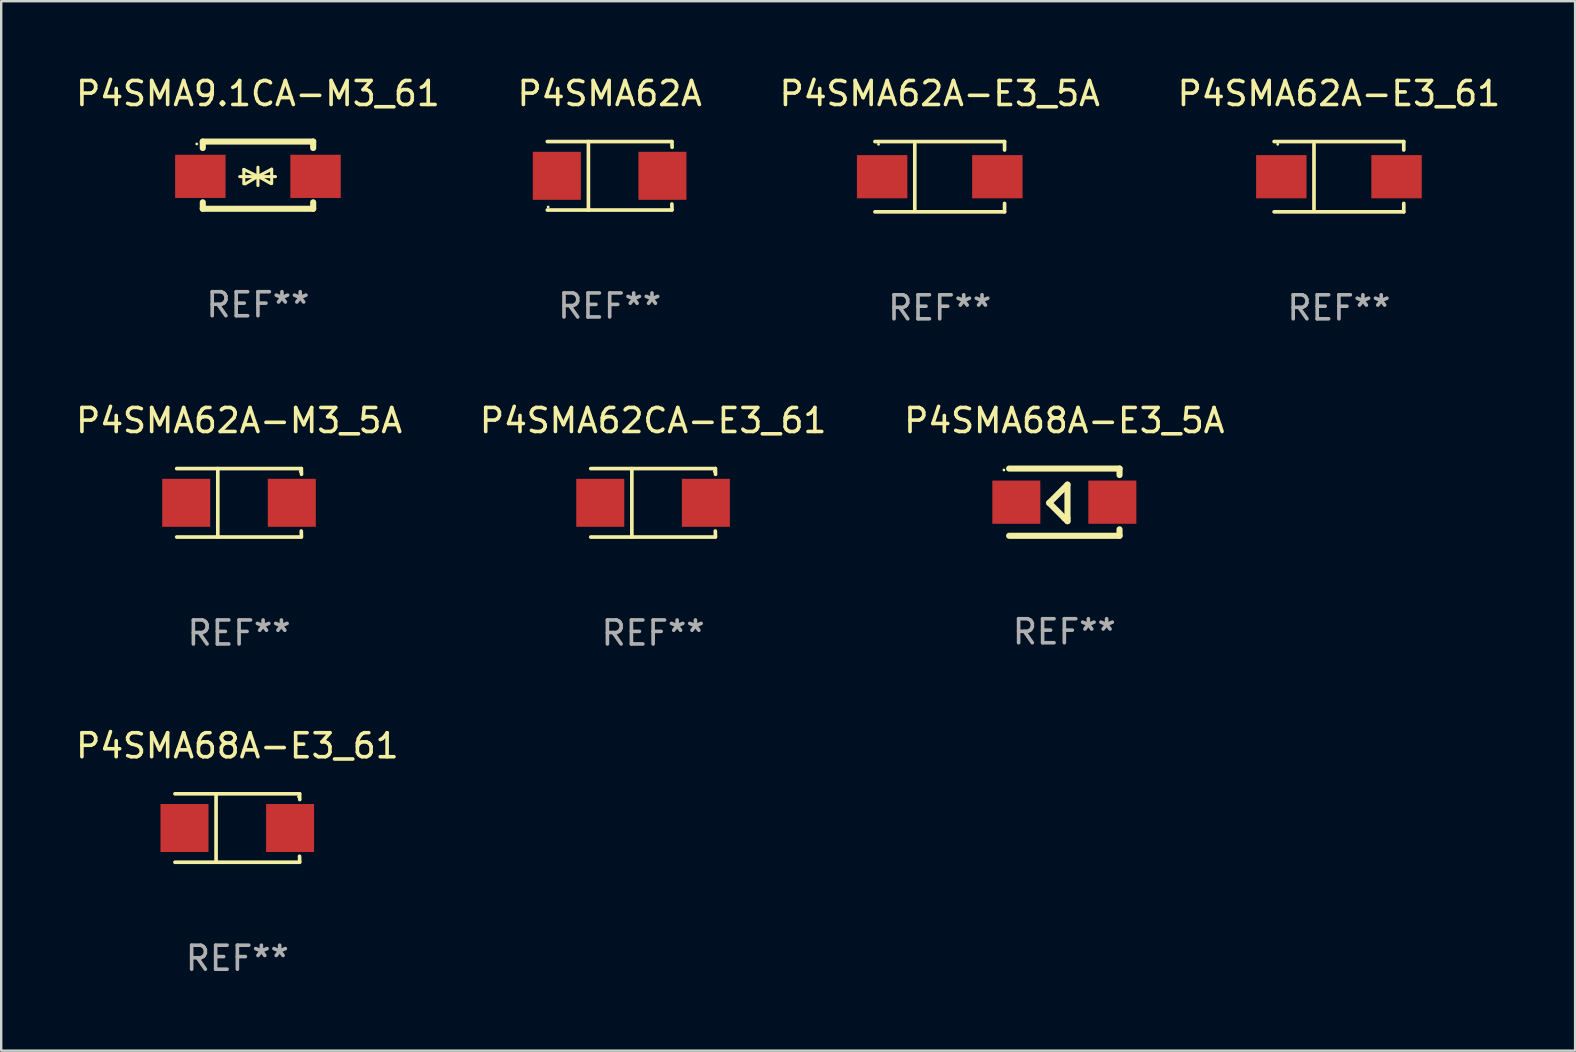
<source format=kicad_pcb>
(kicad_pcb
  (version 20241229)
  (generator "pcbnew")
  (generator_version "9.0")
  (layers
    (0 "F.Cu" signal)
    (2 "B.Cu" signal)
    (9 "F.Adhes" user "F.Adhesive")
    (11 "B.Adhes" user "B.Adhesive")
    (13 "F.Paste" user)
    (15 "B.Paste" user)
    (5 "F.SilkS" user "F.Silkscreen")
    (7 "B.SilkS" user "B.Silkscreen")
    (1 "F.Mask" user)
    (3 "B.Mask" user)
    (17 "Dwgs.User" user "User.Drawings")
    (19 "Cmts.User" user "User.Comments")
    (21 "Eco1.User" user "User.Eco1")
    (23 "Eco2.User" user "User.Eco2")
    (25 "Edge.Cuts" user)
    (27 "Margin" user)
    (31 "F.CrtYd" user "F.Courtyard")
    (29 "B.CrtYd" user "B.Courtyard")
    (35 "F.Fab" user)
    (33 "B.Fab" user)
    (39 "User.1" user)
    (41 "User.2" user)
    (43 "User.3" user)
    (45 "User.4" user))
  (footprint "P4SMA68A-E3_5A"
    (layer "F.Cu")
    (at 41.292 17.872)
    (property "Reference" "P4SMA68A-E3_5A" (at 0 -3.4 0) (layer "F.SilkS") (effects (font (size 1 1) (thickness 0.15))))
    (attr through_hole)
    (fp_line (start -2.3 -1.4) (end 2.3 -1.4) (stroke (width 0.254) (type solid)) (layer "F.SilkS"))
    (fp_line (start -2.3 1.4) (end 2.3 1.4) (stroke (width 0.254) (type solid)) (layer "F.SilkS"))
    (fp_line (start -0.631 0.03) (end 0.131 -0.732) (stroke (width 0.254) (type solid)) (layer "F.SilkS"))
    (fp_line (start 0.004 0.665) (end -0.631 0.03) (stroke (width 0.254) (type solid)) (layer "F.SilkS"))
    (fp_line (start 0.131 -0.732) (end 0.131 0.665) (stroke (width 0.254) (type solid)) (layer "F.SilkS"))
    (fp_line (start 0.131 0.665) (end 0.131 0.792) (stroke (width 0.254) (type solid)) (layer "F.SilkS"))
    (fp_line (start 0.131 0.792) (end 0.004 0.665) (stroke (width 0.254) (type solid)) (layer "F.SilkS"))
    (fp_line (start 2.3 -1.4) (end 2.3 -1.131) (stroke (width 0.254) (type solid)) (layer "F.SilkS"))
    (fp_line (start 2.3 1.131) (end 2.3 1.4) (stroke (width 0.254) (type solid)) (layer "F.SilkS"))
    (fp_circle (center -2.517 -1.342) (end -2.487 -1.342) (stroke (width 0.06) (type solid)) (fill no) (layer "F.SilkS"))
    (fp_text user "REF**" (at 0 5.4 0) (layer "F.Fab") (effects (font (size 1 1) (thickness 0.15))))
    (pad "1" smd rect (at -2 -0.000127) (size 2 1.8) (layers "F.Cu" "F.Mask" "F.Paste"))
    (pad "2" smd rect (at 2 -0.000127) (size 2 1.8) (layers "F.Cu" "F.Mask" "F.Paste")))
  (footprint "P4SMA68A-E3_61"
    (layer "F.Cu")
    (at 6.839 31.447)
    (property "Reference" "P4SMA68A-E3_61" (at 0 -3.426 0) (layer "F.SilkS") (effects (font (size 1 1) (thickness 0.15))))
    (attr through_hole)
    (fp_line (start -2.6 -1.426) (end 2.593 -1.426) (stroke (width 0.152) (type solid)) (layer "F.SilkS"))
    (fp_line (start -2.6 1.426) (end 2.593 1.426) (stroke (width 0.152) (type solid)) (layer "F.SilkS"))
    (fp_line (start -0.887 -1.426) (end -0.887 1.426) (stroke (width 0.152) (type solid)) (layer "F.SilkS"))
    (fp_line (start 2.59 1.176) (end 2.597 1.415) (stroke (width 0.152) (type solid)) (layer "F.SilkS"))
    (fp_line (start 2.593 -1.426) (end 2.6 -1.187) (stroke (width 0.152) (type solid)) (layer "F.SilkS"))
    (fp_circle (center 2.547 -1.3) (end 2.577 -1.3) (stroke (width 0.06) (type solid)) (fill no) (layer "F.SilkS"))
    (fp_text user "REF**" (at 0 5.426 0) (layer "F.Fab") (effects (font (size 1 1) (thickness 0.15))))
    (pad "1" smd rect (at 2.197 -0.000025 180) (size 2 2) (layers "F.Cu" "F.Mask" "F.Paste"))
    (pad "2" smd rect (at -2.203 -0.000025 180) (size 2 2) (layers "F.Cu" "F.Mask" "F.Paste")))
  (footprint "P4SMA62A-E3_61"
    (layer "F.Cu")
    (at 52.732 4.312)
    (property "Reference" "P4SMA62A-E3_61" (at 0 -3.464 0) (layer "F.SilkS") (effects (font (size 1 1) (thickness 0.15))))
    (attr through_hole)
    (fp_line (start -2.701 -1.464) (end 2.701 -1.464) (stroke (width 0.152) (type solid)) (layer "F.SilkS"))
    (fp_line (start -2.701 1.464) (end 2.701 1.464) (stroke (width 0.152) (type solid)) (layer "F.SilkS"))
    (fp_line (start -1.039 -1.364) (end -1.039 1.364) (stroke (width 0.152) (type solid)) (layer "F.SilkS"))
    (fp_line (start 2.701 -1.464) (end 2.701 -1.113) (stroke (width 0.152) (type solid)) (layer "F.SilkS"))
    (fp_line (start 2.701 1.464) (end 2.701 1.113) (stroke (width 0.152) (type solid)) (layer "F.SilkS"))
    (fp_circle (center -2.55 -1.35) (end -2.52 -1.35) (stroke (width 0.06) (type solid)) (fill no) (layer "F.SilkS"))
    (fp_text user "REF**" (at 0 5.464 0) (layer "F.Fab") (effects (font (size 1 1) (thickness 0.15))))
    (pad "1" smd rect (at -2.4 0) (size 2.1 1.8) (layers "F.Cu" "F.Mask" "F.Paste"))
    (pad "2" smd rect (at 2.4 0) (size 2.1 1.8) (layers "F.Cu" "F.Mask" "F.Paste")))
  (footprint "P4SMA62A-E3_5A"
    (layer "F.Cu")
    (at 36.101 4.312)
    (property "Reference" "P4SMA62A-E3_5A" (at 0 -3.464 0) (layer "F.SilkS") (effects (font (size 1 1) (thickness 0.15))))
    (attr through_hole)
    (fp_line (start -2.701 -1.464) (end 2.701 -1.464) (stroke (width 0.152) (type solid)) (layer "F.SilkS"))
    (fp_line (start -2.701 1.464) (end 2.701 1.464) (stroke (width 0.152) (type solid)) (layer "F.SilkS"))
    (fp_line (start -1.039 -1.364) (end -1.039 1.364) (stroke (width 0.152) (type solid)) (layer "F.SilkS"))
    (fp_line (start 2.701 -1.464) (end 2.701 -1.113) (stroke (width 0.152) (type solid)) (layer "F.SilkS"))
    (fp_line (start 2.701 1.464) (end 2.701 1.113) (stroke (width 0.152) (type solid)) (layer "F.SilkS"))
    (fp_circle (center -2.55 -1.35) (end -2.52 -1.35) (stroke (width 0.06) (type solid)) (fill no) (layer "F.SilkS"))
    (fp_text user "REF**" (at 0 5.464 0) (layer "F.Fab") (effects (font (size 1 1) (thickness 0.15))))
    (pad "1" smd rect (at -2.4 0) (size 2.1 1.8) (layers "F.Cu" "F.Mask" "F.Paste"))
    (pad "2" smd rect (at 2.4 0) (size 2.1 1.8) (layers "F.Cu" "F.Mask" "F.Paste")))
  (footprint "P4SMA62A"
    (layer "F.Cu")
    (at 22.351 4.274)
    (property "Reference" "P4SMA62A" (at 0 -3.426 0) (layer "F.SilkS") (effects (font (size 1 1) (thickness 0.15))))
    (attr through_hole)
    (fp_line (start -2.6 -1.426) (end 2.593 -1.426) (stroke (width 0.152) (type solid)) (layer "F.SilkS"))
    (fp_line (start -2.6 1.426) (end 2.593 1.426) (stroke (width 0.152) (type solid)) (layer "F.SilkS"))
    (fp_line (start -0.887 -1.426) (end -0.887 1.426) (stroke (width 0.152) (type solid)) (layer "F.SilkS"))
    (fp_line (start 2.59 1.176) (end 2.597 1.415) (stroke (width 0.152) (type solid)) (layer "F.SilkS"))
    (fp_line (start 2.593 -1.426) (end 2.6 -1.187) (stroke (width 0.152) (type solid)) (layer "F.SilkS"))
    (fp_circle (center -2.563 1.3) (end -2.533 1.3) (stroke (width 0.06) (type solid)) (fill no) (layer "F.SilkS"))
    (fp_text user "REF**" (at 0 5.426 0) (layer "F.Fab") (effects (font (size 1 1) (thickness 0.15))))
    (pad "1" smd rect (at -2.203 -0.000025 180) (size 2 2) (layers "F.Cu" "F.Mask" "F.Paste"))
    (pad "2" smd rect (at 2.197 -0.000025 180) (size 2 2) (layers "F.Cu" "F.Mask" "F.Paste")))
  (footprint "P4SMA62A-M3_5A"
    (layer "F.Cu")
    (at 6.911 17.898)
    (property "Reference" "P4SMA62A-M3_5A" (at 0 -3.426 0) (layer "F.SilkS") (effects (font (size 1 1) (thickness 0.15))))
    (attr through_hole)
    (fp_line (start -2.6 -1.426) (end 2.593 -1.426) (stroke (width 0.152) (type solid)) (layer "F.SilkS"))
    (fp_line (start -2.6 1.426) (end 2.593 1.426) (stroke (width 0.152) (type solid)) (layer "F.SilkS"))
    (fp_line (start -0.887 -1.426) (end -0.887 1.426) (stroke (width 0.152) (type solid)) (layer "F.SilkS"))
    (fp_line (start 2.59 1.176) (end 2.597 1.415) (stroke (width 0.152) (type solid)) (layer "F.SilkS"))
    (fp_line (start 2.593 -1.426) (end 2.6 -1.187) (stroke (width 0.152) (type solid)) (layer "F.SilkS"))
    (fp_circle (center 2.547 -1.3) (end 2.577 -1.3) (stroke (width 0.06) (type solid)) (fill no) (layer "F.SilkS"))
    (fp_text user "REF**" (at 0 5.426 0) (layer "F.Fab") (effects (font (size 1 1) (thickness 0.15))))
    (pad "1" smd rect (at 2.197 -0.000025 180) (size 2 2) (layers "F.Cu" "F.Mask" "F.Paste"))
    (pad "2" smd rect (at -2.203 -0.000025 180) (size 2 2) (layers "F.Cu" "F.Mask" "F.Paste")))
  (footprint "P4SMA62CA-E3_61"
    (layer "F.Cu")
    (at 24.161 17.898)
    (property "Reference" "P4SMA62CA-E3_61" (at 0 -3.426 0) (layer "F.SilkS") (effects (font (size 1 1) (thickness 0.15))))
    (attr through_hole)
    (fp_line (start -2.6 -1.426) (end 2.593 -1.426) (stroke (width 0.152) (type solid)) (layer "F.SilkS"))
    (fp_line (start -2.6 1.426) (end 2.593 1.426) (stroke (width 0.152) (type solid)) (layer "F.SilkS"))
    (fp_line (start -0.887 -1.426) (end -0.887 1.426) (stroke (width 0.152) (type solid)) (layer "F.SilkS"))
    (fp_line (start 2.59 1.176) (end 2.597 1.415) (stroke (width 0.152) (type solid)) (layer "F.SilkS"))
    (fp_line (start 2.593 -1.426) (end 2.6 -1.187) (stroke (width 0.152) (type solid)) (layer "F.SilkS"))
    (fp_circle (center 2.547 -1.3) (end 2.577 -1.3) (stroke (width 0.06) (type solid)) (fill no) (layer "F.SilkS"))
    (fp_text user "REF**" (at 0 5.426 0) (layer "F.Fab") (effects (font (size 1 1) (thickness 0.15))))
    (pad "1" smd rect (at 2.197 -0.000025 180) (size 2 2) (layers "F.Cu" "F.Mask" "F.Paste"))
    (pad "2" smd rect (at -2.203 -0.000025 180) (size 2 2) (layers "F.Cu" "F.Mask" "F.Paste")))
  (footprint "P4SMA9.1CA-M3_61"
    (layer "F.Cu")
    (at 7.696 4.248)
    (property "Reference" "P4SMA9.1CA-M3_61" (at 0 -3.4 0) (layer "F.SilkS") (effects (font (size 1 1) (thickness 0.15))))
    (attr through_hole)
    (fp_line (start -2.298 -1.4) (end -2.298 -1.131) (stroke (width 0.254) (type solid)) (layer "F.SilkS"))
    (fp_line (start -2.298 -1.4) (end 2.302 -1.4) (stroke (width 0.254) (type solid)) (layer "F.SilkS"))
    (fp_line (start -2.298 1.131) (end -2.298 1.4) (stroke (width 0.254) (type solid)) (layer "F.SilkS"))
    (fp_line (start -2.298 1.4) (end 2.302 1.4) (stroke (width 0.254) (type solid)) (layer "F.SilkS"))
    (fp_line (start -0.758 0.06) (end 0.732 0.06) (stroke (width 0.127) (type solid)) (layer "F.SilkS"))
    (fp_line (start -0.588 -0.24) (end -0.588 0.36) (stroke (width 0.127) (type solid)) (layer "F.SilkS"))
    (fp_line (start -0.588 -0.24) (end 0.000025 0.049) (stroke (width 0.127) (type solid)) (layer "F.SilkS"))
    (fp_line (start -0.528 0.36) (end 0.000025 0.049) (stroke (width 0.127) (type solid)) (layer "F.SilkS"))
    (fp_line (start 0.000025 0.049) (end 0.000025 -0.332) (stroke (width 0.127) (type solid)) (layer "F.SilkS"))
    (fp_line (start 0.000025 0.049) (end 0.000025 0.43) (stroke (width 0.127) (type solid)) (layer "F.SilkS"))
    (fp_line (start 0.542 0.35) (end 0.000025 0.049) (stroke (width 0.127) (type solid)) (layer "F.SilkS"))
    (fp_line (start 0.572 -0.25) (end 0.000025 0.049) (stroke (width 0.127) (type solid)) (layer "F.SilkS"))
    (fp_line (start 0.572 -0.25) (end 0.572 0.35) (stroke (width 0.127) (type solid)) (layer "F.SilkS"))
    (fp_line (start 2.302 -1.4) (end 2.302 -1.131) (stroke (width 0.254) (type solid)) (layer "F.SilkS"))
    (fp_line (start 2.302 1.131) (end 2.302 1.4) (stroke (width 0.254) (type solid)) (layer "F.SilkS"))
    (fp_circle (center -2.549 -1.301) (end -2.519 -1.301) (stroke (width 0.06) (type solid)) (fill no) (layer "F.SilkS"))
    (fp_text user "REF**" (at 0 5.4 0) (layer "F.Fab") (effects (font (size 1 1) (thickness 0.15))))
    (pad "1" smd rect (at -2.4 0.049) (size 2.1 1.8) (layers "F.Cu" "F.Mask" "F.Paste"))
    (pad "2" smd rect (at 2.4 0.049) (size 2.1 1.8) (layers "F.Cu" "F.Mask" "F.Paste")))
  (gr_rect
    (start -3 -3)
    (end 62.571 40.722)
    (stroke (width 0.1) (type default))
    (fill no)
    (layer "Edge.Cuts")))
</source>
